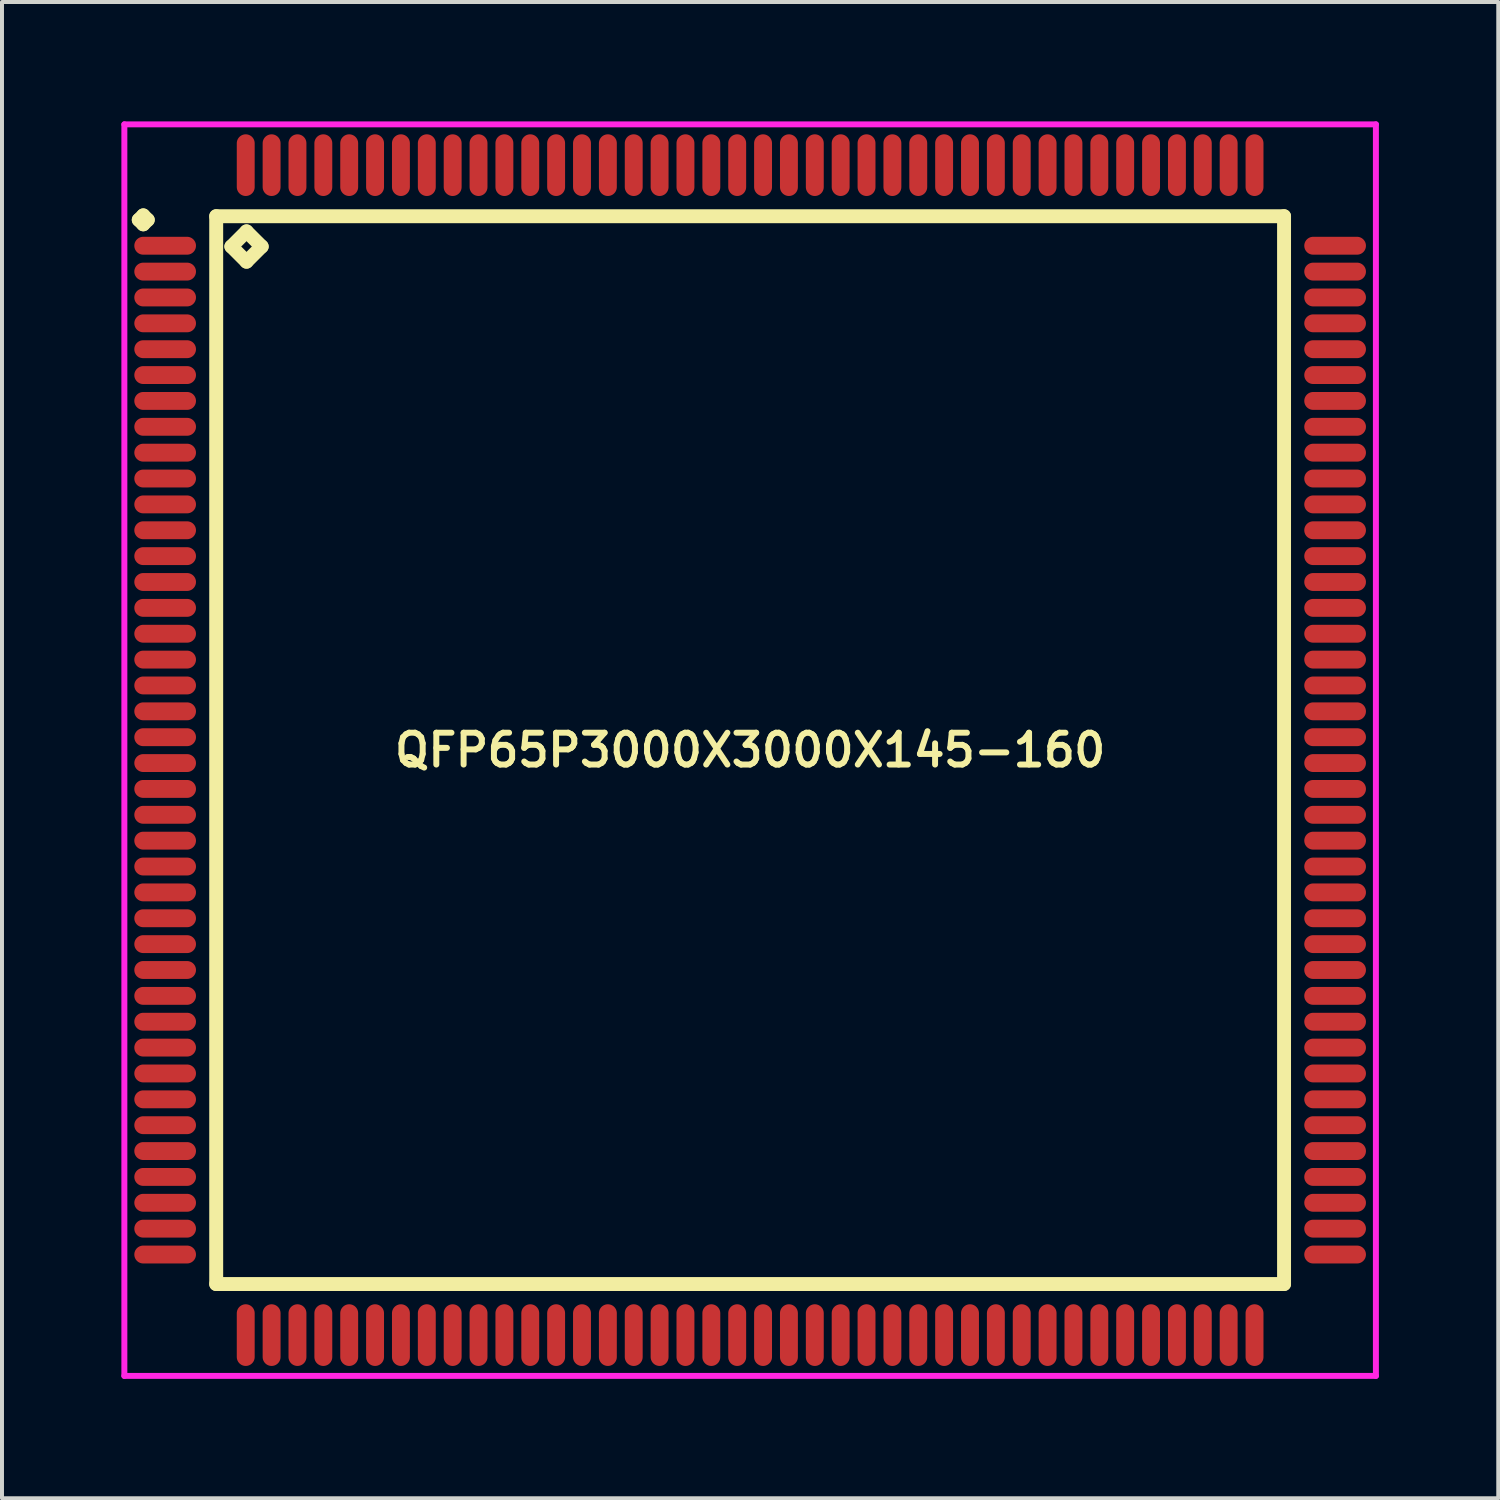
<source format=kicad_pcb>
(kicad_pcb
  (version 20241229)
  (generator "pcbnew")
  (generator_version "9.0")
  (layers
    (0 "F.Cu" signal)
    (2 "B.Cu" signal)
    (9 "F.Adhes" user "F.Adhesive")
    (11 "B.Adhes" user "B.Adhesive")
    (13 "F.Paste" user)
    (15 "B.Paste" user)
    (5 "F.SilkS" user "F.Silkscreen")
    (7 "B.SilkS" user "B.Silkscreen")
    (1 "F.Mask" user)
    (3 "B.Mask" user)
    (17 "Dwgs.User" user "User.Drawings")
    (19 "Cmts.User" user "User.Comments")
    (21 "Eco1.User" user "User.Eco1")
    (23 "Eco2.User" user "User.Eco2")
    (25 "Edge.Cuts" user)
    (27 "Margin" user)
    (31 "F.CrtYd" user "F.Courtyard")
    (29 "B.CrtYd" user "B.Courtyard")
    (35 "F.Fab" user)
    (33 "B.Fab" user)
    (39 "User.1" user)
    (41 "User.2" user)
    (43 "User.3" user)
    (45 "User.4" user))
  (footprint "QFP65P3000X3000X145-160"
    (layer "F.Cu")
    (at 15.8 15.8)
    (property "Reference" "QFP65P3000X3000X145-160" (at 0 0 0) (layer "F.SilkS") (effects (font (size 0.8 0.8) (thickness 0.15))))
    (attr smd)
    (fp_line (start -15.363 -13.325) (end -15.25 -13.438) (stroke (width 0.35) (type solid)) (layer "F.SilkS"))
    (fp_line (start -15.25 -13.438) (end -15.137 -13.325) (stroke (width 0.35) (type solid)) (layer "F.SilkS"))
    (fp_line (start -15.25 -13.213) (end -15.363 -13.325) (stroke (width 0.35) (type solid)) (layer "F.SilkS"))
    (fp_line (start -15.137 -13.325) (end -15.25 -13.213) (stroke (width 0.35) (type solid)) (layer "F.SilkS"))
    (fp_line (start -13.417 -13.417) (end -13.417 13.417) (stroke (width 0.35) (type solid)) (layer "F.SilkS"))
    (fp_line (start -13.417 13.417) (end 13.417 13.417) (stroke (width 0.35) (type solid)) (layer "F.SilkS"))
    (fp_line (start -13.036 -12.655) (end -12.655 -13.036) (stroke (width 0.35) (type solid)) (layer "F.SilkS"))
    (fp_line (start -12.655 -13.036) (end -12.274 -12.655) (stroke (width 0.35) (type solid)) (layer "F.SilkS"))
    (fp_line (start -12.655 -12.274) (end -13.036 -12.655) (stroke (width 0.35) (type solid)) (layer "F.SilkS"))
    (fp_line (start -12.274 -12.655) (end -12.655 -12.274) (stroke (width 0.35) (type solid)) (layer "F.SilkS"))
    (fp_line (start 13.417 -13.417) (end -13.417 -13.417) (stroke (width 0.35) (type solid)) (layer "F.SilkS"))
    (fp_line (start 13.417 13.417) (end 13.417 -13.417) (stroke (width 0.35) (type solid)) (layer "F.SilkS"))
    (fp_line (start -15.725 -15.725) (end 15.725 -15.725) (stroke (width 0.15) (type solid)) (layer "F.CrtYd"))
    (fp_line (start -15.725 15.725) (end -15.725 -15.725) (stroke (width 0.15) (type solid)) (layer "F.CrtYd"))
    (fp_line (start 15.725 -15.725) (end 15.725 15.725) (stroke (width 0.15) (type solid)) (layer "F.CrtYd"))
    (fp_line (start 15.725 15.725) (end -15.725 15.725) (stroke (width 0.15) (type solid)) (layer "F.CrtYd"))
    (pad "1" smd oval (at -14.7 -12.675) (size 1.55 0.45) (layers "F.Cu" "F.Mask" "F.Paste"))
    (pad "2" smd oval (at -14.7 -12.025) (size 1.55 0.45) (layers "F.Cu" "F.Mask" "F.Paste"))
    (pad "3" smd oval (at -14.7 -11.375) (size 1.55 0.45) (layers "F.Cu" "F.Mask" "F.Paste"))
    (pad "4" smd oval (at -14.7 -10.725) (size 1.55 0.45) (layers "F.Cu" "F.Mask" "F.Paste"))
    (pad "5" smd oval (at -14.7 -10.075) (size 1.55 0.45) (layers "F.Cu" "F.Mask" "F.Paste"))
    (pad "6" smd oval (at -14.7 -9.425) (size 1.55 0.45) (layers "F.Cu" "F.Mask" "F.Paste"))
    (pad "7" smd oval (at -14.7 -8.775) (size 1.55 0.45) (layers "F.Cu" "F.Mask" "F.Paste"))
    (pad "8" smd oval (at -14.7 -8.125) (size 1.55 0.45) (layers "F.Cu" "F.Mask" "F.Paste"))
    (pad "9" smd oval (at -14.7 -7.475) (size 1.55 0.45) (layers "F.Cu" "F.Mask" "F.Paste"))
    (pad "10" smd oval (at -14.7 -6.825) (size 1.55 0.45) (layers "F.Cu" "F.Mask" "F.Paste"))
    (pad "11" smd oval (at -14.7 -6.175) (size 1.55 0.45) (layers "F.Cu" "F.Mask" "F.Paste"))
    (pad "12" smd oval (at -14.7 -5.525) (size 1.55 0.45) (layers "F.Cu" "F.Mask" "F.Paste"))
    (pad "13" smd oval (at -14.7 -4.875) (size 1.55 0.45) (layers "F.Cu" "F.Mask" "F.Paste"))
    (pad "14" smd oval (at -14.7 -4.225) (size 1.55 0.45) (layers "F.Cu" "F.Mask" "F.Paste"))
    (pad "15" smd oval (at -14.7 -3.575) (size 1.55 0.45) (layers "F.Cu" "F.Mask" "F.Paste"))
    (pad "16" smd oval (at -14.7 -2.925) (size 1.55 0.45) (layers "F.Cu" "F.Mask" "F.Paste"))
    (pad "17" smd oval (at -14.7 -2.275) (size 1.55 0.45) (layers "F.Cu" "F.Mask" "F.Paste"))
    (pad "18" smd oval (at -14.7 -1.625) (size 1.55 0.45) (layers "F.Cu" "F.Mask" "F.Paste"))
    (pad "19" smd oval (at -14.7 -0.975) (size 1.55 0.45) (layers "F.Cu" "F.Mask" "F.Paste"))
    (pad "20" smd oval (at -14.7 -0.325) (size 1.55 0.45) (layers "F.Cu" "F.Mask" "F.Paste"))
    (pad "21" smd oval (at -14.7 0.325) (size 1.55 0.45) (layers "F.Cu" "F.Mask" "F.Paste"))
    (pad "22" smd oval (at -14.7 0.975) (size 1.55 0.45) (layers "F.Cu" "F.Mask" "F.Paste"))
    (pad "23" smd oval (at -14.7 1.625) (size 1.55 0.45) (layers "F.Cu" "F.Mask" "F.Paste"))
    (pad "24" smd oval (at -14.7 2.275) (size 1.55 0.45) (layers "F.Cu" "F.Mask" "F.Paste"))
    (pad "25" smd oval (at -14.7 2.925) (size 1.55 0.45) (layers "F.Cu" "F.Mask" "F.Paste"))
    (pad "26" smd oval (at -14.7 3.575) (size 1.55 0.45) (layers "F.Cu" "F.Mask" "F.Paste"))
    (pad "27" smd oval (at -14.7 4.225) (size 1.55 0.45) (layers "F.Cu" "F.Mask" "F.Paste"))
    (pad "28" smd oval (at -14.7 4.875) (size 1.55 0.45) (layers "F.Cu" "F.Mask" "F.Paste"))
    (pad "29" smd oval (at -14.7 5.525) (size 1.55 0.45) (layers "F.Cu" "F.Mask" "F.Paste"))
    (pad "30" smd oval (at -14.7 6.175) (size 1.55 0.45) (layers "F.Cu" "F.Mask" "F.Paste"))
    (pad "31" smd oval (at -14.7 6.825) (size 1.55 0.45) (layers "F.Cu" "F.Mask" "F.Paste"))
    (pad "32" smd oval (at -14.7 7.475) (size 1.55 0.45) (layers "F.Cu" "F.Mask" "F.Paste"))
    (pad "33" smd oval (at -14.7 8.125) (size 1.55 0.45) (layers "F.Cu" "F.Mask" "F.Paste"))
    (pad "34" smd oval (at -14.7 8.775) (size 1.55 0.45) (layers "F.Cu" "F.Mask" "F.Paste"))
    (pad "35" smd oval (at -14.7 9.425) (size 1.55 0.45) (layers "F.Cu" "F.Mask" "F.Paste"))
    (pad "36" smd oval (at -14.7 10.075) (size 1.55 0.45) (layers "F.Cu" "F.Mask" "F.Paste"))
    (pad "37" smd oval (at -14.7 10.725) (size 1.55 0.45) (layers "F.Cu" "F.Mask" "F.Paste"))
    (pad "38" smd oval (at -14.7 11.375) (size 1.55 0.45) (layers "F.Cu" "F.Mask" "F.Paste"))
    (pad "39" smd oval (at -14.7 12.025) (size 1.55 0.45) (layers "F.Cu" "F.Mask" "F.Paste"))
    (pad "40" smd oval (at -14.7 12.675) (size 1.55 0.45) (layers "F.Cu" "F.Mask" "F.Paste"))
    (pad "41" smd oval (at -12.675 14.7) (size 0.45 1.55) (layers "F.Cu" "F.Mask" "F.Paste"))
    (pad "42" smd oval (at -12.025 14.7) (size 0.45 1.55) (layers "F.Cu" "F.Mask" "F.Paste"))
    (pad "43" smd oval (at -11.375 14.7) (size 0.45 1.55) (layers "F.Cu" "F.Mask" "F.Paste"))
    (pad "44" smd oval (at -10.725 14.7) (size 0.45 1.55) (layers "F.Cu" "F.Mask" "F.Paste"))
    (pad "45" smd oval (at -10.075 14.7) (size 0.45 1.55) (layers "F.Cu" "F.Mask" "F.Paste"))
    (pad "46" smd oval (at -9.425 14.7) (size 0.45 1.55) (layers "F.Cu" "F.Mask" "F.Paste"))
    (pad "47" smd oval (at -8.775 14.7) (size 0.45 1.55) (layers "F.Cu" "F.Mask" "F.Paste"))
    (pad "48" smd oval (at -8.125 14.7) (size 0.45 1.55) (layers "F.Cu" "F.Mask" "F.Paste"))
    (pad "49" smd oval (at -7.475 14.7) (size 0.45 1.55) (layers "F.Cu" "F.Mask" "F.Paste"))
    (pad "50" smd oval (at -6.825 14.7) (size 0.45 1.55) (layers "F.Cu" "F.Mask" "F.Paste"))
    (pad "51" smd oval (at -6.175 14.7) (size 0.45 1.55) (layers "F.Cu" "F.Mask" "F.Paste"))
    (pad "52" smd oval (at -5.525 14.7) (size 0.45 1.55) (layers "F.Cu" "F.Mask" "F.Paste"))
    (pad "53" smd oval (at -4.875 14.7) (size 0.45 1.55) (layers "F.Cu" "F.Mask" "F.Paste"))
    (pad "54" smd oval (at -4.225 14.7) (size 0.45 1.55) (layers "F.Cu" "F.Mask" "F.Paste"))
    (pad "55" smd oval (at -3.575 14.7) (size 0.45 1.55) (layers "F.Cu" "F.Mask" "F.Paste"))
    (pad "56" smd oval (at -2.925 14.7) (size 0.45 1.55) (layers "F.Cu" "F.Mask" "F.Paste"))
    (pad "57" smd oval (at -2.275 14.7) (size 0.45 1.55) (layers "F.Cu" "F.Mask" "F.Paste"))
    (pad "58" smd oval (at -1.625 14.7) (size 0.45 1.55) (layers "F.Cu" "F.Mask" "F.Paste"))
    (pad "59" smd oval (at -0.975 14.7) (size 0.45 1.55) (layers "F.Cu" "F.Mask" "F.Paste"))
    (pad "60" smd oval (at -0.325 14.7) (size 0.45 1.55) (layers "F.Cu" "F.Mask" "F.Paste"))
    (pad "61" smd oval (at 0.325 14.7) (size 0.45 1.55) (layers "F.Cu" "F.Mask" "F.Paste"))
    (pad "62" smd oval (at 0.975 14.7) (size 0.45 1.55) (layers "F.Cu" "F.Mask" "F.Paste"))
    (pad "63" smd oval (at 1.625 14.7) (size 0.45 1.55) (layers "F.Cu" "F.Mask" "F.Paste"))
    (pad "64" smd oval (at 2.275 14.7) (size 0.45 1.55) (layers "F.Cu" "F.Mask" "F.Paste"))
    (pad "65" smd oval (at 2.925 14.7) (size 0.45 1.55) (layers "F.Cu" "F.Mask" "F.Paste"))
    (pad "66" smd oval (at 3.575 14.7) (size 0.45 1.55) (layers "F.Cu" "F.Mask" "F.Paste"))
    (pad "67" smd oval (at 4.225 14.7) (size 0.45 1.55) (layers "F.Cu" "F.Mask" "F.Paste"))
    (pad "68" smd oval (at 4.875 14.7) (size 0.45 1.55) (layers "F.Cu" "F.Mask" "F.Paste"))
    (pad "69" smd oval (at 5.525 14.7) (size 0.45 1.55) (layers "F.Cu" "F.Mask" "F.Paste"))
    (pad "70" smd oval (at 6.175 14.7) (size 0.45 1.55) (layers "F.Cu" "F.Mask" "F.Paste"))
    (pad "71" smd oval (at 6.825 14.7) (size 0.45 1.55) (layers "F.Cu" "F.Mask" "F.Paste"))
    (pad "72" smd oval (at 7.475 14.7) (size 0.45 1.55) (layers "F.Cu" "F.Mask" "F.Paste"))
    (pad "73" smd oval (at 8.125 14.7) (size 0.45 1.55) (layers "F.Cu" "F.Mask" "F.Paste"))
    (pad "74" smd oval (at 8.775 14.7) (size 0.45 1.55) (layers "F.Cu" "F.Mask" "F.Paste"))
    (pad "75" smd oval (at 9.425 14.7) (size 0.45 1.55) (layers "F.Cu" "F.Mask" "F.Paste"))
    (pad "76" smd oval (at 10.075 14.7) (size 0.45 1.55) (layers "F.Cu" "F.Mask" "F.Paste"))
    (pad "77" smd oval (at 10.725 14.7) (size 0.45 1.55) (layers "F.Cu" "F.Mask" "F.Paste"))
    (pad "78" smd oval (at 11.375 14.7) (size 0.45 1.55) (layers "F.Cu" "F.Mask" "F.Paste"))
    (pad "79" smd oval (at 12.025 14.7) (size 0.45 1.55) (layers "F.Cu" "F.Mask" "F.Paste"))
    (pad "80" smd oval (at 12.675 14.7) (size 0.45 1.55) (layers "F.Cu" "F.Mask" "F.Paste"))
    (pad "81" smd oval (at 14.7 12.675) (size 1.55 0.45) (layers "F.Cu" "F.Mask" "F.Paste"))
    (pad "82" smd oval (at 14.7 12.025) (size 1.55 0.45) (layers "F.Cu" "F.Mask" "F.Paste"))
    (pad "83" smd oval (at 14.7 11.375) (size 1.55 0.45) (layers "F.Cu" "F.Mask" "F.Paste"))
    (pad "84" smd oval (at 14.7 10.725) (size 1.55 0.45) (layers "F.Cu" "F.Mask" "F.Paste"))
    (pad "85" smd oval (at 14.7 10.075) (size 1.55 0.45) (layers "F.Cu" "F.Mask" "F.Paste"))
    (pad "86" smd oval (at 14.7 9.425) (size 1.55 0.45) (layers "F.Cu" "F.Mask" "F.Paste"))
    (pad "87" smd oval (at 14.7 8.775) (size 1.55 0.45) (layers "F.Cu" "F.Mask" "F.Paste"))
    (pad "88" smd oval (at 14.7 8.125) (size 1.55 0.45) (layers "F.Cu" "F.Mask" "F.Paste"))
    (pad "89" smd oval (at 14.7 7.475) (size 1.55 0.45) (layers "F.Cu" "F.Mask" "F.Paste"))
    (pad "90" smd oval (at 14.7 6.825) (size 1.55 0.45) (layers "F.Cu" "F.Mask" "F.Paste"))
    (pad "91" smd oval (at 14.7 6.175) (size 1.55 0.45) (layers "F.Cu" "F.Mask" "F.Paste"))
    (pad "92" smd oval (at 14.7 5.525) (size 1.55 0.45) (layers "F.Cu" "F.Mask" "F.Paste"))
    (pad "93" smd oval (at 14.7 4.875) (size 1.55 0.45) (layers "F.Cu" "F.Mask" "F.Paste"))
    (pad "94" smd oval (at 14.7 4.225) (size 1.55 0.45) (layers "F.Cu" "F.Mask" "F.Paste"))
    (pad "95" smd oval (at 14.7 3.575) (size 1.55 0.45) (layers "F.Cu" "F.Mask" "F.Paste"))
    (pad "96" smd oval (at 14.7 2.925) (size 1.55 0.45) (layers "F.Cu" "F.Mask" "F.Paste"))
    (pad "97" smd oval (at 14.7 2.275) (size 1.55 0.45) (layers "F.Cu" "F.Mask" "F.Paste"))
    (pad "98" smd oval (at 14.7 1.625) (size 1.55 0.45) (layers "F.Cu" "F.Mask" "F.Paste"))
    (pad "99" smd oval (at 14.7 0.975) (size 1.55 0.45) (layers "F.Cu" "F.Mask" "F.Paste"))
    (pad "100" smd oval (at 14.7 0.325) (size 1.55 0.45) (layers "F.Cu" "F.Mask" "F.Paste"))
    (pad "101" smd oval (at 14.7 -0.325) (size 1.55 0.45) (layers "F.Cu" "F.Mask" "F.Paste"))
    (pad "102" smd oval (at 14.7 -0.975) (size 1.55 0.45) (layers "F.Cu" "F.Mask" "F.Paste"))
    (pad "103" smd oval (at 14.7 -1.625) (size 1.55 0.45) (layers "F.Cu" "F.Mask" "F.Paste"))
    (pad "104" smd oval (at 14.7 -2.275) (size 1.55 0.45) (layers "F.Cu" "F.Mask" "F.Paste"))
    (pad "105" smd oval (at 14.7 -2.925) (size 1.55 0.45) (layers "F.Cu" "F.Mask" "F.Paste"))
    (pad "106" smd oval (at 14.7 -3.575) (size 1.55 0.45) (layers "F.Cu" "F.Mask" "F.Paste"))
    (pad "107" smd oval (at 14.7 -4.225) (size 1.55 0.45) (layers "F.Cu" "F.Mask" "F.Paste"))
    (pad "108" smd oval (at 14.7 -4.875) (size 1.55 0.45) (layers "F.Cu" "F.Mask" "F.Paste"))
    (pad "109" smd oval (at 14.7 -5.525) (size 1.55 0.45) (layers "F.Cu" "F.Mask" "F.Paste"))
    (pad "110" smd oval (at 14.7 -6.175) (size 1.55 0.45) (layers "F.Cu" "F.Mask" "F.Paste"))
    (pad "111" smd oval (at 14.7 -6.825) (size 1.55 0.45) (layers "F.Cu" "F.Mask" "F.Paste"))
    (pad "112" smd oval (at 14.7 -7.475) (size 1.55 0.45) (layers "F.Cu" "F.Mask" "F.Paste"))
    (pad "113" smd oval (at 14.7 -8.125) (size 1.55 0.45) (layers "F.Cu" "F.Mask" "F.Paste"))
    (pad "114" smd oval (at 14.7 -8.775) (size 1.55 0.45) (layers "F.Cu" "F.Mask" "F.Paste"))
    (pad "115" smd oval (at 14.7 -9.425) (size 1.55 0.45) (layers "F.Cu" "F.Mask" "F.Paste"))
    (pad "116" smd oval (at 14.7 -10.075) (size 1.55 0.45) (layers "F.Cu" "F.Mask" "F.Paste"))
    (pad "117" smd oval (at 14.7 -10.725) (size 1.55 0.45) (layers "F.Cu" "F.Mask" "F.Paste"))
    (pad "118" smd oval (at 14.7 -11.375) (size 1.55 0.45) (layers "F.Cu" "F.Mask" "F.Paste"))
    (pad "119" smd oval (at 14.7 -12.025) (size 1.55 0.45) (layers "F.Cu" "F.Mask" "F.Paste"))
    (pad "120" smd oval (at 14.7 -12.675) (size 1.55 0.45) (layers "F.Cu" "F.Mask" "F.Paste"))
    (pad "121" smd oval (at 12.675 -14.7) (size 0.45 1.55) (layers "F.Cu" "F.Mask" "F.Paste"))
    (pad "122" smd oval (at 12.025 -14.7) (size 0.45 1.55) (layers "F.Cu" "F.Mask" "F.Paste"))
    (pad "123" smd oval (at 11.375 -14.7) (size 0.45 1.55) (layers "F.Cu" "F.Mask" "F.Paste"))
    (pad "124" smd oval (at 10.725 -14.7) (size 0.45 1.55) (layers "F.Cu" "F.Mask" "F.Paste"))
    (pad "125" smd oval (at 10.075 -14.7) (size 0.45 1.55) (layers "F.Cu" "F.Mask" "F.Paste"))
    (pad "126" smd oval (at 9.425 -14.7) (size 0.45 1.55) (layers "F.Cu" "F.Mask" "F.Paste"))
    (pad "127" smd oval (at 8.775 -14.7) (size 0.45 1.55) (layers "F.Cu" "F.Mask" "F.Paste"))
    (pad "128" smd oval (at 8.125 -14.7) (size 0.45 1.55) (layers "F.Cu" "F.Mask" "F.Paste"))
    (pad "129" smd oval (at 7.475 -14.7) (size 0.45 1.55) (layers "F.Cu" "F.Mask" "F.Paste"))
    (pad "130" smd oval (at 6.825 -14.7) (size 0.45 1.55) (layers "F.Cu" "F.Mask" "F.Paste"))
    (pad "131" smd oval (at 6.175 -14.7) (size 0.45 1.55) (layers "F.Cu" "F.Mask" "F.Paste"))
    (pad "132" smd oval (at 5.525 -14.7) (size 0.45 1.55) (layers "F.Cu" "F.Mask" "F.Paste"))
    (pad "133" smd oval (at 4.875 -14.7) (size 0.45 1.55) (layers "F.Cu" "F.Mask" "F.Paste"))
    (pad "134" smd oval (at 4.225 -14.7) (size 0.45 1.55) (layers "F.Cu" "F.Mask" "F.Paste"))
    (pad "135" smd oval (at 3.575 -14.7) (size 0.45 1.55) (layers "F.Cu" "F.Mask" "F.Paste"))
    (pad "136" smd oval (at 2.925 -14.7) (size 0.45 1.55) (layers "F.Cu" "F.Mask" "F.Paste"))
    (pad "137" smd oval (at 2.275 -14.7) (size 0.45 1.55) (layers "F.Cu" "F.Mask" "F.Paste"))
    (pad "138" smd oval (at 1.625 -14.7) (size 0.45 1.55) (layers "F.Cu" "F.Mask" "F.Paste"))
    (pad "139" smd oval (at 0.975 -14.7) (size 0.45 1.55) (layers "F.Cu" "F.Mask" "F.Paste"))
    (pad "140" smd oval (at 0.325 -14.7) (size 0.45 1.55) (layers "F.Cu" "F.Mask" "F.Paste"))
    (pad "141" smd oval (at -0.325 -14.7) (size 0.45 1.55) (layers "F.Cu" "F.Mask" "F.Paste"))
    (pad "142" smd oval (at -0.975 -14.7) (size 0.45 1.55) (layers "F.Cu" "F.Mask" "F.Paste"))
    (pad "143" smd oval (at -1.625 -14.7) (size 0.45 1.55) (layers "F.Cu" "F.Mask" "F.Paste"))
    (pad "144" smd oval (at -2.275 -14.7) (size 0.45 1.55) (layers "F.Cu" "F.Mask" "F.Paste"))
    (pad "145" smd oval (at -2.925 -14.7) (size 0.45 1.55) (layers "F.Cu" "F.Mask" "F.Paste"))
    (pad "146" smd oval (at -3.575 -14.7) (size 0.45 1.55) (layers "F.Cu" "F.Mask" "F.Paste"))
    (pad "147" smd oval (at -4.225 -14.7) (size 0.45 1.55) (layers "F.Cu" "F.Mask" "F.Paste"))
    (pad "148" smd oval (at -4.875 -14.7) (size 0.45 1.55) (layers "F.Cu" "F.Mask" "F.Paste"))
    (pad "149" smd oval (at -5.525 -14.7) (size 0.45 1.55) (layers "F.Cu" "F.Mask" "F.Paste"))
    (pad "150" smd oval (at -6.175 -14.7) (size 0.45 1.55) (layers "F.Cu" "F.Mask" "F.Paste"))
    (pad "151" smd oval (at -6.825 -14.7) (size 0.45 1.55) (layers "F.Cu" "F.Mask" "F.Paste"))
    (pad "152" smd oval (at -7.475 -14.7) (size 0.45 1.55) (layers "F.Cu" "F.Mask" "F.Paste"))
    (pad "153" smd oval (at -8.125 -14.7) (size 0.45 1.55) (layers "F.Cu" "F.Mask" "F.Paste"))
    (pad "154" smd oval (at -8.775 -14.7) (size 0.45 1.55) (layers "F.Cu" "F.Mask" "F.Paste"))
    (pad "155" smd oval (at -9.425 -14.7) (size 0.45 1.55) (layers "F.Cu" "F.Mask" "F.Paste"))
    (pad "156" smd oval (at -10.075 -14.7) (size 0.45 1.55) (layers "F.Cu" "F.Mask" "F.Paste"))
    (pad "157" smd oval (at -10.725 -14.7) (size 0.45 1.55) (layers "F.Cu" "F.Mask" "F.Paste"))
    (pad "158" smd oval (at -11.375 -14.7) (size 0.45 1.55) (layers "F.Cu" "F.Mask" "F.Paste"))
    (pad "159" smd oval (at -12.025 -14.7) (size 0.45 1.55) (layers "F.Cu" "F.Mask" "F.Paste"))
    (pad "160" smd oval (at -12.675 -14.7) (size 0.45 1.55) (layers "F.Cu" "F.Mask" "F.Paste")))
  (gr_rect
    (start -3 -3)
    (end 34.6 34.6)
    (stroke (width 0.1) (type default))
    (fill no)
    (layer "Edge.Cuts")))
</source>
